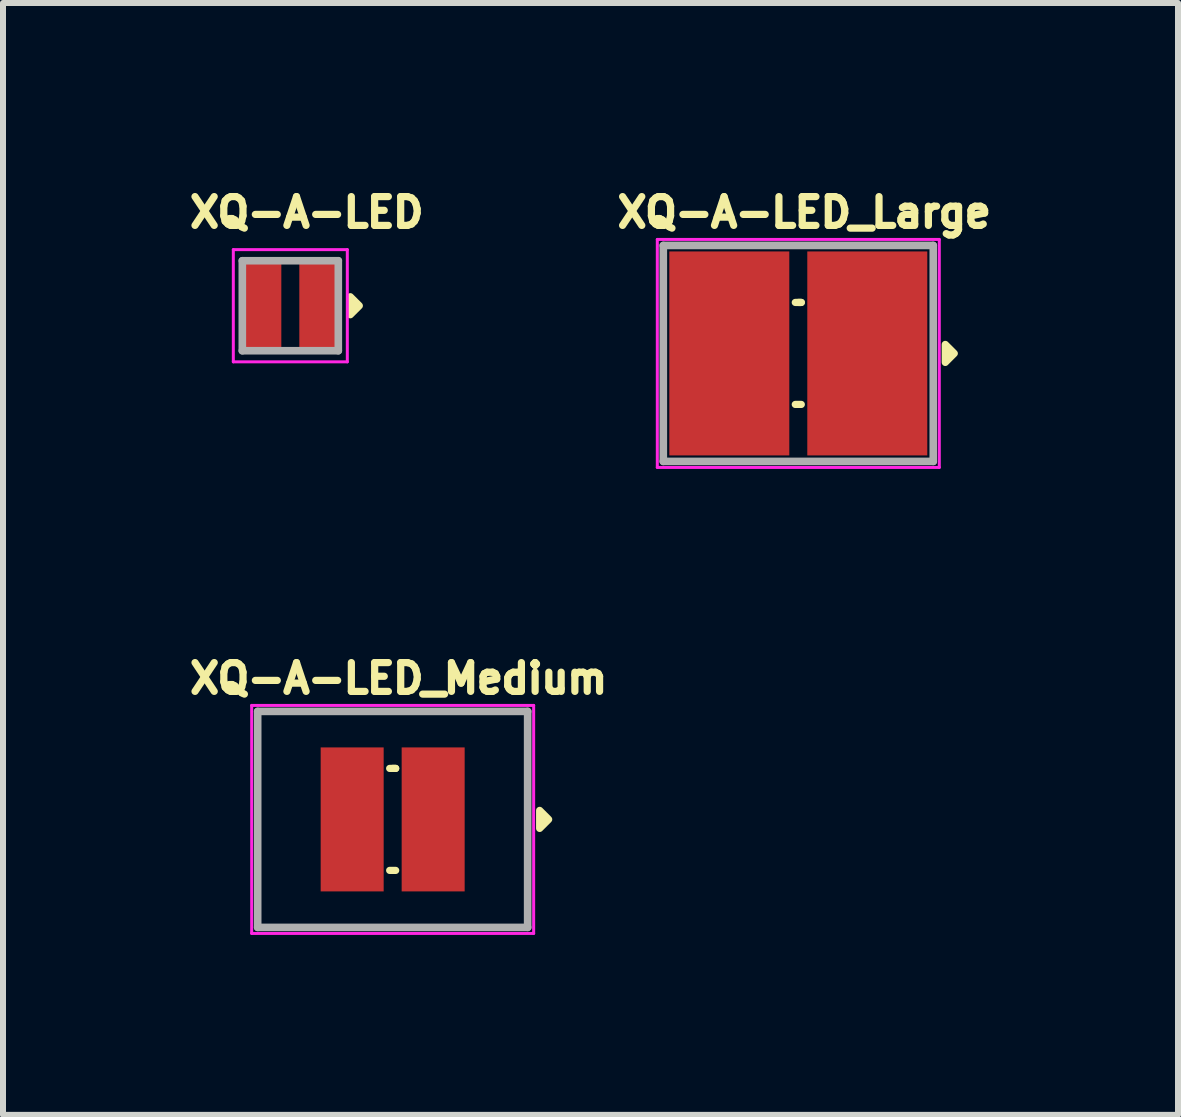
<source format=kicad_pcb>
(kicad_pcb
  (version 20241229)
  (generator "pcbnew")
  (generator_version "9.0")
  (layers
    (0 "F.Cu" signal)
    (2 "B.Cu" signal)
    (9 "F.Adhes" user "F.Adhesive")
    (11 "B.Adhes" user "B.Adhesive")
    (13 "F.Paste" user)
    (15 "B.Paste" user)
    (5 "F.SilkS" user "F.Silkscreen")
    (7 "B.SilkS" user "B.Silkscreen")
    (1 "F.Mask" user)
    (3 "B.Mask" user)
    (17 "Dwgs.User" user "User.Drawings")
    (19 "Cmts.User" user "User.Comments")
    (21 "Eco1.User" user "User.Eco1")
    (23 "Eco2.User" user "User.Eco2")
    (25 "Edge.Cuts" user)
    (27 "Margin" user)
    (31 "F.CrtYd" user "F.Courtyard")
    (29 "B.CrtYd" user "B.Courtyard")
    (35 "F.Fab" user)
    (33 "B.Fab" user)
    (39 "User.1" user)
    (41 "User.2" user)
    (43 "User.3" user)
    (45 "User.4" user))
  (footprint "XQ-A-LED_Medium"
    (layer "F.Cu")
    (at 3.495 10.608)
    (property "Reference" "XQ-A-LED_Medium" (at 0.1 -2.35 0) (layer "F.SilkS") (effects (font (size 0.48 0.48) (thickness 0.15))))
    (attr smd)
    (fp_line (start 0 -0.85) (end 0.05 -0.85) (stroke (width 0.12) (type solid)) (layer "F.SilkS"))
    (fp_line (start 0.05 -0.85) (end -0.05 -0.85) (stroke (width 0.12) (type solid)) (layer "F.SilkS"))
    (fp_line (start 0.05 0.85) (end -0.05 0.85) (stroke (width 0.12) (type solid)) (layer "F.SilkS"))
    (fp_poly (pts (xy 2.6 0) (xy 2.45 0.15) (xy 2.45 -0.15)) (stroke (width 0.12) (type solid)) (fill yes) (layer "F.SilkS"))
    (fp_line (start -2.35 -1.9) (end 2.35 -1.9) (stroke (width 0.05) (type solid)) (layer "F.CrtYd"))
    (fp_line (start -2.35 1.9) (end -2.35 -1.9) (stroke (width 0.05) (type solid)) (layer "F.CrtYd"))
    (fp_line (start 2.35 -1.9) (end 2.35 1.9) (stroke (width 0.05) (type solid)) (layer "F.CrtYd"))
    (fp_line (start 2.35 1.9) (end -2.35 1.9) (stroke (width 0.05) (type solid)) (layer "F.CrtYd"))
    (fp_line (start -2.25 -1.8) (end 2.25 -1.8) (stroke (width 0.127) (type solid)) (layer "F.Fab"))
    (fp_line (start -2.25 1.8) (end -2.25 -1.8) (stroke (width 0.127) (type solid)) (layer "F.Fab"))
    (fp_line (start 2.25 -1.8) (end 2.25 1.8) (stroke (width 0.127) (type solid)) (layer "F.Fab"))
    (fp_line (start 2.25 1.8) (end -2.25 1.8) (stroke (width 0.127) (type solid)) (layer "F.Fab"))
    (pad "1" smd rect (at 0.675 0) (size 1.05 2.4) (layers "F.Cu" "F.Mask" "F.Paste"))
    (pad "2" smd rect (at -0.675 0) (size 1.05 2.4) (layers "F.Cu" "F.Mask" "F.Paste")))
  (footprint "XQ-A-LED_Large"
    (layer "F.Cu")
    (at 10.256 2.841)
    (property "Reference" "XQ-A-LED_Large" (at 0.1 -2.35 0) (layer "F.SilkS") (effects (font (size 0.48 0.48) (thickness 0.15))))
    (attr smd)
    (fp_line (start 0 -0.85) (end 0.05 -0.85) (stroke (width 0.12) (type solid)) (layer "F.SilkS"))
    (fp_line (start 0.05 -0.85) (end -0.05 -0.85) (stroke (width 0.12) (type solid)) (layer "F.SilkS"))
    (fp_line (start 0.05 0.85) (end -0.05 0.85) (stroke (width 0.12) (type solid)) (layer "F.SilkS"))
    (fp_poly (pts (xy 2.6 0) (xy 2.45 0.15) (xy 2.45 -0.15)) (stroke (width 0.12) (type solid)) (fill yes) (layer "F.SilkS"))
    (fp_line (start -2.35 -1.9) (end 2.35 -1.9) (stroke (width 0.05) (type solid)) (layer "F.CrtYd"))
    (fp_line (start -2.35 1.9) (end -2.35 -1.9) (stroke (width 0.05) (type solid)) (layer "F.CrtYd"))
    (fp_line (start 2.35 -1.9) (end 2.35 1.9) (stroke (width 0.05) (type solid)) (layer "F.CrtYd"))
    (fp_line (start 2.35 1.9) (end -2.35 1.9) (stroke (width 0.05) (type solid)) (layer "F.CrtYd"))
    (fp_line (start -2.25 -1.8) (end 2.25 -1.8) (stroke (width 0.127) (type solid)) (layer "F.Fab"))
    (fp_line (start -2.25 1.8) (end -2.25 -1.8) (stroke (width 0.127) (type solid)) (layer "F.Fab"))
    (fp_line (start 2.25 -1.8) (end 2.25 1.8) (stroke (width 0.127) (type solid)) (layer "F.Fab"))
    (fp_line (start 2.25 1.8) (end -2.25 1.8) (stroke (width 0.127) (type solid)) (layer "F.Fab"))
    (pad "1" smd rect (at 1.15 0) (size 2 3.4) (layers "F.Cu" "F.Mask" "F.Paste"))
    (pad "2" smd rect (at -1.15 0) (size 2 3.4) (layers "F.Cu" "F.Mask" "F.Paste")))
  (footprint "XQ-A-LED"
    (layer "F.Cu")
    (at 1.789 2.046)
    (property "Reference" "XQ-A-LED" (at 0.274 -1.555 0) (layer "F.SilkS") (effects (font (size 0.48 0.48) (thickness 0.15))))
    (attr smd)
    (fp_poly (pts (xy 1.15 0) (xy 1 0.15) (xy 1 -0.15)) (stroke (width 0.12) (type solid)) (fill yes) (layer "F.SilkS"))
    (fp_line (start -0.95 -0.935) (end 0.95 -0.935) (stroke (width 0.05) (type solid)) (layer "F.CrtYd"))
    (fp_line (start -0.95 0.935) (end -0.95 -0.935) (stroke (width 0.05) (type solid)) (layer "F.CrtYd"))
    (fp_line (start 0.95 -0.935) (end 0.95 0.935) (stroke (width 0.05) (type solid)) (layer "F.CrtYd"))
    (fp_line (start 0.95 0.935) (end -0.95 0.935) (stroke (width 0.05) (type solid)) (layer "F.CrtYd"))
    (fp_line (start -0.8 -0.75) (end 0.8 -0.75) (stroke (width 0.127) (type solid)) (layer "F.Fab"))
    (fp_line (start -0.8 0.75) (end -0.8 -0.75) (stroke (width 0.127) (type solid)) (layer "F.Fab"))
    (fp_line (start 0.8 -0.75) (end 0.8 0.75) (stroke (width 0.127) (type solid)) (layer "F.Fab"))
    (fp_line (start 0.8 0.75) (end -0.8 0.75) (stroke (width 0.127) (type solid)) (layer "F.Fab"))
    (pad "1" smd rect (at 0.475 0) (size 0.65 1.6) (layers "F.Cu" "F.Mask" "F.Paste"))
    (pad "2" smd rect (at -0.475 0) (size 0.65 1.6) (layers "F.Cu" "F.Mask" "F.Paste")))
  (gr_rect
    (start -3 -3)
    (end 16.585 15.533)
    (stroke (width 0.1) (type default))
    (fill no)
    (layer "Edge.Cuts")))
</source>
